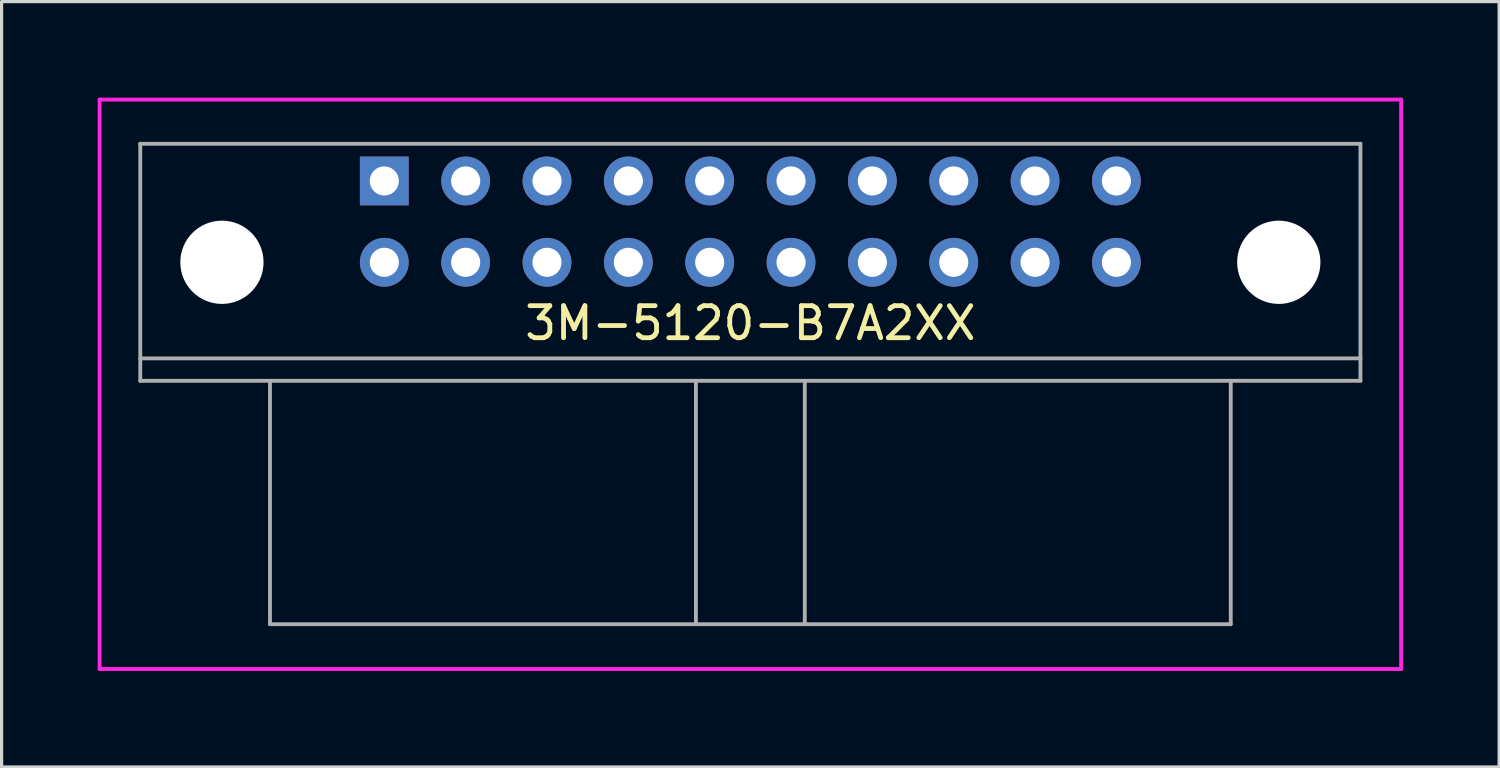
<source format=kicad_pcb>
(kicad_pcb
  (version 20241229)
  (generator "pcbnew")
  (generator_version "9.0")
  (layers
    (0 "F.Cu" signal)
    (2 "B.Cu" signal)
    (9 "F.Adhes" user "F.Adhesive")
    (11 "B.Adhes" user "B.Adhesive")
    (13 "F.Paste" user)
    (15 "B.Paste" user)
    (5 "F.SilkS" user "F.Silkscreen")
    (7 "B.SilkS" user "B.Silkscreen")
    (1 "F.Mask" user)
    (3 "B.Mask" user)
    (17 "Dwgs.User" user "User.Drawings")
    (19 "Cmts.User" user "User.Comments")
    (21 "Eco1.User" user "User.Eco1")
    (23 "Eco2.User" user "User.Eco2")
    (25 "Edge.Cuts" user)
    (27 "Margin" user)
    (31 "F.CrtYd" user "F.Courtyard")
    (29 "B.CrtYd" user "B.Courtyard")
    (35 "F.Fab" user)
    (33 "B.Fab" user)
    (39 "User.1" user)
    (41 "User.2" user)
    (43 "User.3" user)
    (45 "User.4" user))
  (footprint "3M-5120-B7A2XX"
    (layer "F.Cu")
    (at 20.38 8.14)
    (property "Reference" "3M-5120-B7A2XX" (at 0 -1.1 0) (layer "F.SilkS") (effects (font (size 1 1) (thickness 0.15))))
    (attr through_hole)
    (fp_line (start -20.32 -8.08) (end 20.32 -8.08) (stroke (width 0.12) (type solid)) (layer "F.CrtYd"))
    (fp_line (start -20.32 9.7) (end -20.32 -8.08) (stroke (width 0.12) (type solid)) (layer "F.CrtYd"))
    (fp_line (start 20.32 -8.08) (end 20.32 9.7) (stroke (width 0.12) (type solid)) (layer "F.CrtYd"))
    (fp_line (start 20.32 9.7) (end -20.32 9.7) (stroke (width 0.12) (type solid)) (layer "F.CrtYd"))
    (fp_line (start -19.05 -6.7) (end 19.05 -6.7) (stroke (width 0.12) (type solid)) (layer "F.Fab"))
    (fp_line (start -19.05 0) (end 19.05 0) (stroke (width 0.12) (type solid)) (layer "F.Fab"))
    (fp_line (start -19.05 0.7) (end -19.05 -6.7) (stroke (width 0.12) (type solid)) (layer "F.Fab"))
    (fp_line (start -19.05 0.7) (end 19.05 0.7) (stroke (width 0.12) (type solid)) (layer "F.Fab"))
    (fp_line (start -15 8.3) (end -15 0.7) (stroke (width 0.12) (type solid)) (layer "F.Fab"))
    (fp_line (start -15 8.3) (end 15 8.3) (stroke (width 0.12) (type solid)) (layer "F.Fab"))
    (fp_line (start -1.7 8.3) (end -1.7 0.7) (stroke (width 0.12) (type solid)) (layer "F.Fab"))
    (fp_line (start 1.7 8.3) (end 1.7 0.7) (stroke (width 0.12) (type solid)) (layer "F.Fab"))
    (fp_line (start 15 8.3) (end 15 0.7) (stroke (width 0.12) (type solid)) (layer "F.Fab"))
    (fp_line (start 19.05 0.7) (end 19.05 -6.7) (stroke (width 0.12) (type solid)) (layer "F.Fab"))
    (pad "" np_thru_hole circle (at -16.5 -3) (size 2.6 2.6) (drill 2.6) (layers "*.Cu"))
    (pad "" np_thru_hole circle (at 16.5 -3) (size 2.6 2.6) (drill 2.6) (layers "*.Cu"))
    (pad "1" thru_hole rect (at -11.43 -5.54) (size 1.524 1.524) (drill 0.91) (layers "*.Cu" "*.Mask"))
    (pad "2" thru_hole circle (at -11.43 -3) (size 1.524 1.524) (drill 0.91) (layers "*.Cu" "*.Mask"))
    (pad "3" thru_hole circle (at -8.89 -5.54) (size 1.524 1.524) (drill 0.91) (layers "*.Cu" "*.Mask"))
    (pad "4" thru_hole circle (at -8.89 -3) (size 1.524 1.524) (drill 0.91) (layers "*.Cu" "*.Mask"))
    (pad "5" thru_hole circle (at -6.35 -5.54) (size 1.524 1.524) (drill 0.91) (layers "*.Cu" "*.Mask"))
    (pad "6" thru_hole circle (at -6.35 -3) (size 1.524 1.524) (drill 0.91) (layers "*.Cu" "*.Mask"))
    (pad "7" thru_hole circle (at -3.81 -5.54) (size 1.524 1.524) (drill 0.91) (layers "*.Cu" "*.Mask"))
    (pad "8" thru_hole circle (at -3.81 -3) (size 1.524 1.524) (drill 0.91) (layers "*.Cu" "*.Mask"))
    (pad "9" thru_hole circle (at -1.27 -5.54) (size 1.524 1.524) (drill 0.91) (layers "*.Cu" "*.Mask"))
    (pad "10" thru_hole circle (at -1.27 -3) (size 1.524 1.524) (drill 0.91) (layers "*.Cu" "*.Mask"))
    (pad "11" thru_hole circle (at 1.27 -5.54) (size 1.524 1.524) (drill 0.91) (layers "*.Cu" "*.Mask"))
    (pad "12" thru_hole circle (at 1.27 -3) (size 1.524 1.524) (drill 0.91) (layers "*.Cu" "*.Mask"))
    (pad "13" thru_hole circle (at 3.81 -5.54) (size 1.524 1.524) (drill 0.91) (layers "*.Cu" "*.Mask"))
    (pad "14" thru_hole circle (at 3.81 -3) (size 1.524 1.524) (drill 0.91) (layers "*.Cu" "*.Mask"))
    (pad "15" thru_hole circle (at 6.35 -5.54) (size 1.524 1.524) (drill 0.91) (layers "*.Cu" "*.Mask"))
    (pad "16" thru_hole circle (at 6.35 -3) (size 1.524 1.524) (drill 0.91) (layers "*.Cu" "*.Mask"))
    (pad "17" thru_hole circle (at 8.89 -5.54) (size 1.524 1.524) (drill 0.91) (layers "*.Cu" "*.Mask"))
    (pad "18" thru_hole circle (at 8.89 -3) (size 1.524 1.524) (drill 0.91) (layers "*.Cu" "*.Mask"))
    (pad "19" thru_hole circle (at 11.43 -5.54) (size 1.524 1.524) (drill 0.91) (layers "*.Cu" "*.Mask"))
    (pad "20" thru_hole circle (at 11.43 -3) (size 1.524 1.524) (drill 0.91) (layers "*.Cu" "*.Mask")))
  (gr_rect
    (start -3 -3)
    (end 43.76 20.9)
    (stroke (width 0.1) (type default))
    (fill no)
    (layer "Edge.Cuts")))
</source>
